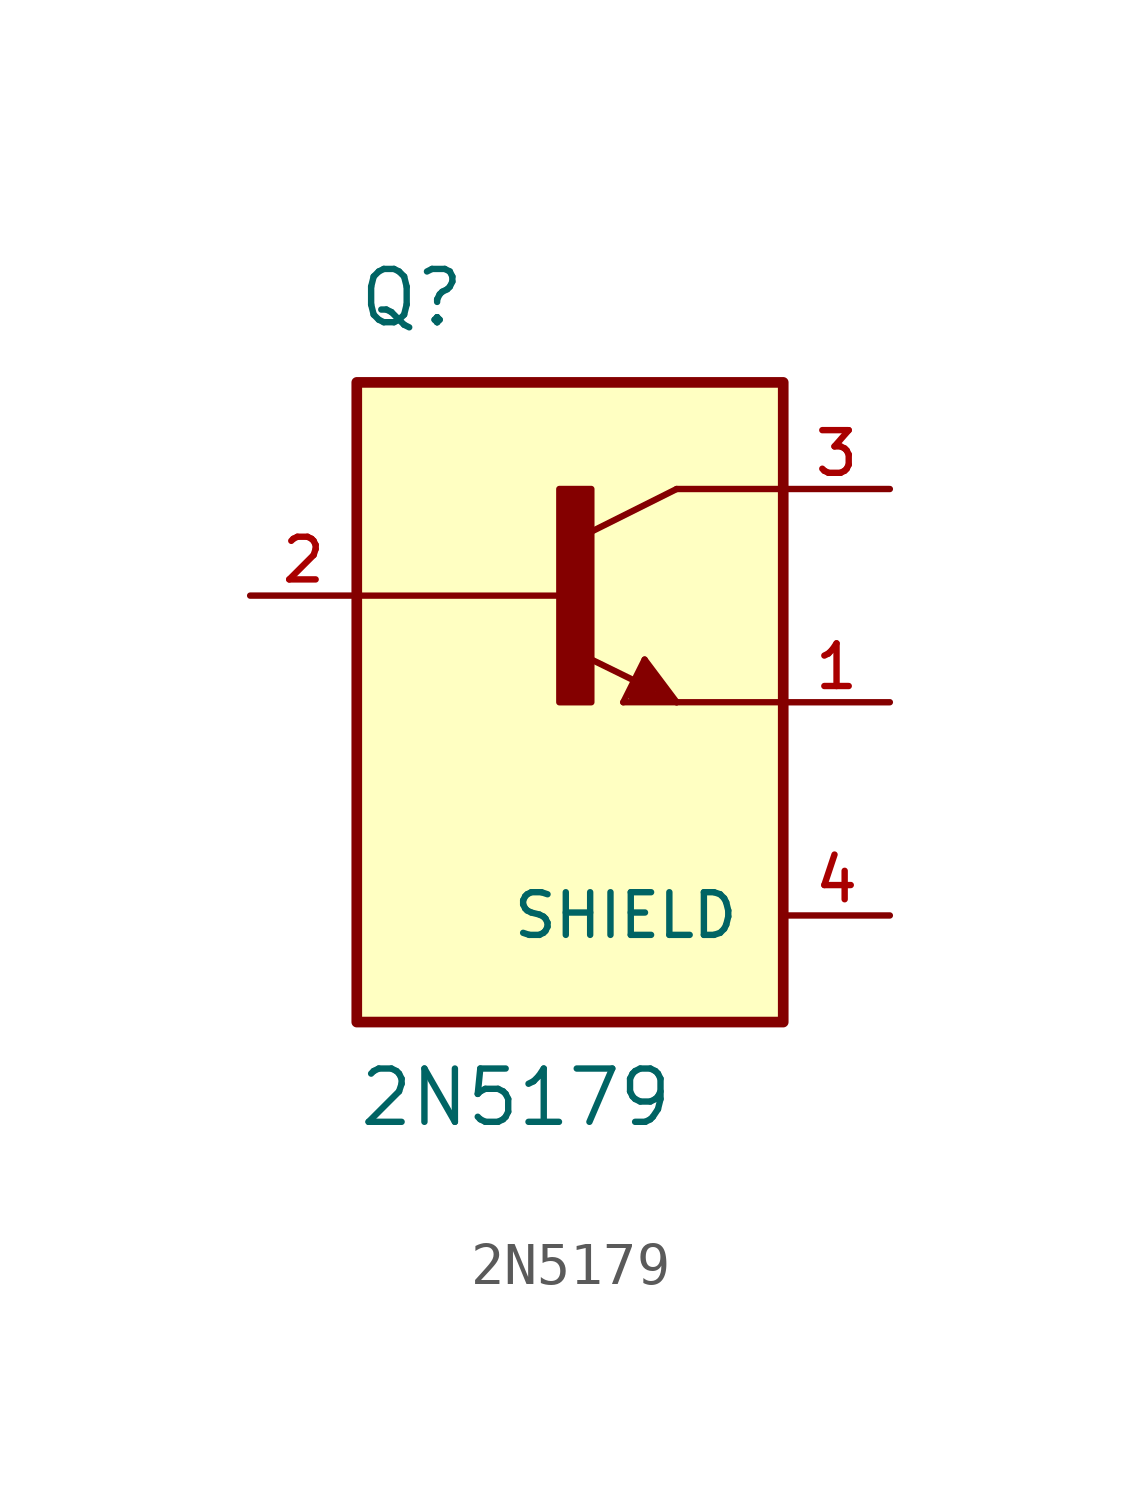
<source format=kicad_sym>
(kicad_symbol_lib
  (version 20220914)
  (generator kicad_symbol_editor)
  (symbol "2N5179"
    (pin_names
      (offset 1.016))
    (property "Reference" "Q"
      (at -5.08 8.89 0)
      (effects (font (size 1.27 1.27)) (justify left bottom)))
    (property "Value" "2N5179"
      (at -5.08 -10.16 0)
      (effects (font (size 1.27 1.27)) (justify left bottom)))
    (property "ki_locked" ""
      (at 0 0 0)
      (effects (font (size 1.27 1.27))))
    (symbol "2N5179_0_0"
      (rectangle (start -5.08 -7.62) (end 5.08 7.62) (stroke (width 0.254) (type default)) (fill (type background)))
      (rectangle (start -0.254 0) (end 0.508 5.08) (stroke (width 0) (type default)) (fill (type outline)))
      (polyline (pts (xy 0 2.54) (xy -5.08 2.54)) (stroke (width 0.152) (type default)) (fill (type none)))
      (polyline (pts (xy 1.27 0) (xy 1.778 1.016)) (stroke (width 0.152) (type default)) (fill (type none)))
      (polyline (pts (xy 1.524 0.127) (xy 2.286 0.127)) (stroke (width 0.254) (type default)) (fill (type none)))
      (polyline (pts (xy 1.524 0.254) (xy 1.905 0.254)) (stroke (width 0.254) (type default)) (fill (type none)))
      (polyline (pts (xy 1.549 0.508) (xy 0.305 1.118)) (stroke (width 0.152) (type default)) (fill (type none)))
      (polyline (pts (xy 1.778 0.762) (xy 1.524 0.254)) (stroke (width 0.254) (type default)) (fill (type none)))
      (polyline (pts (xy 1.778 1.016) (xy 2.54 0)) (stroke (width 0.152) (type default)) (fill (type none)))
      (polyline (pts (xy 1.905 0.254) (xy 1.778 0.508)) (stroke (width 0.254) (type default)) (fill (type none)))
      (polyline (pts (xy 2.286 0.127) (xy 1.778 0.762)) (stroke (width 0.254) (type default)) (fill (type none)))
      (polyline (pts (xy 2.54 0) (xy 1.27 0)) (stroke (width 0.152) (type default)) (fill (type none)))
      (polyline (pts (xy 2.54 0) (xy 5.08 0)) (stroke (width 0.152) (type default)) (fill (type none)))
      (polyline (pts (xy 2.54 5.08) (xy 0.508 4.064)) (stroke (width 0.152) (type default)) (fill (type none)))
      (polyline (pts (xy 2.54 5.08) (xy 5.08 5.08)) (stroke (width 0.152) (type default)) (fill (type none)))
      (pin passive line (at 7.62 0 180) (length 2.54) (name "~" (effects (font (size 1.016 1.016)))) (number "1" (effects (font (size 1.016 1.016)))))
      (pin passive line (at -7.62 2.54 0) (length 2.54) (name "~" (effects (font (size 1.016 1.016)))) (number "2" (effects (font (size 1.016 1.016)))))
      (pin passive line (at 7.62 5.08 180) (length 2.54) (name "~" (effects (font (size 1.016 1.016)))) (number "3" (effects (font (size 1.016 1.016)))))
      (pin passive line (at 7.62 -5.08 180) (length 2.54) (name "SHIELD" (effects (font (size 1.016 1.016)))) (number "4" (effects (font (size 1.016 1.016))))))))
</source>
